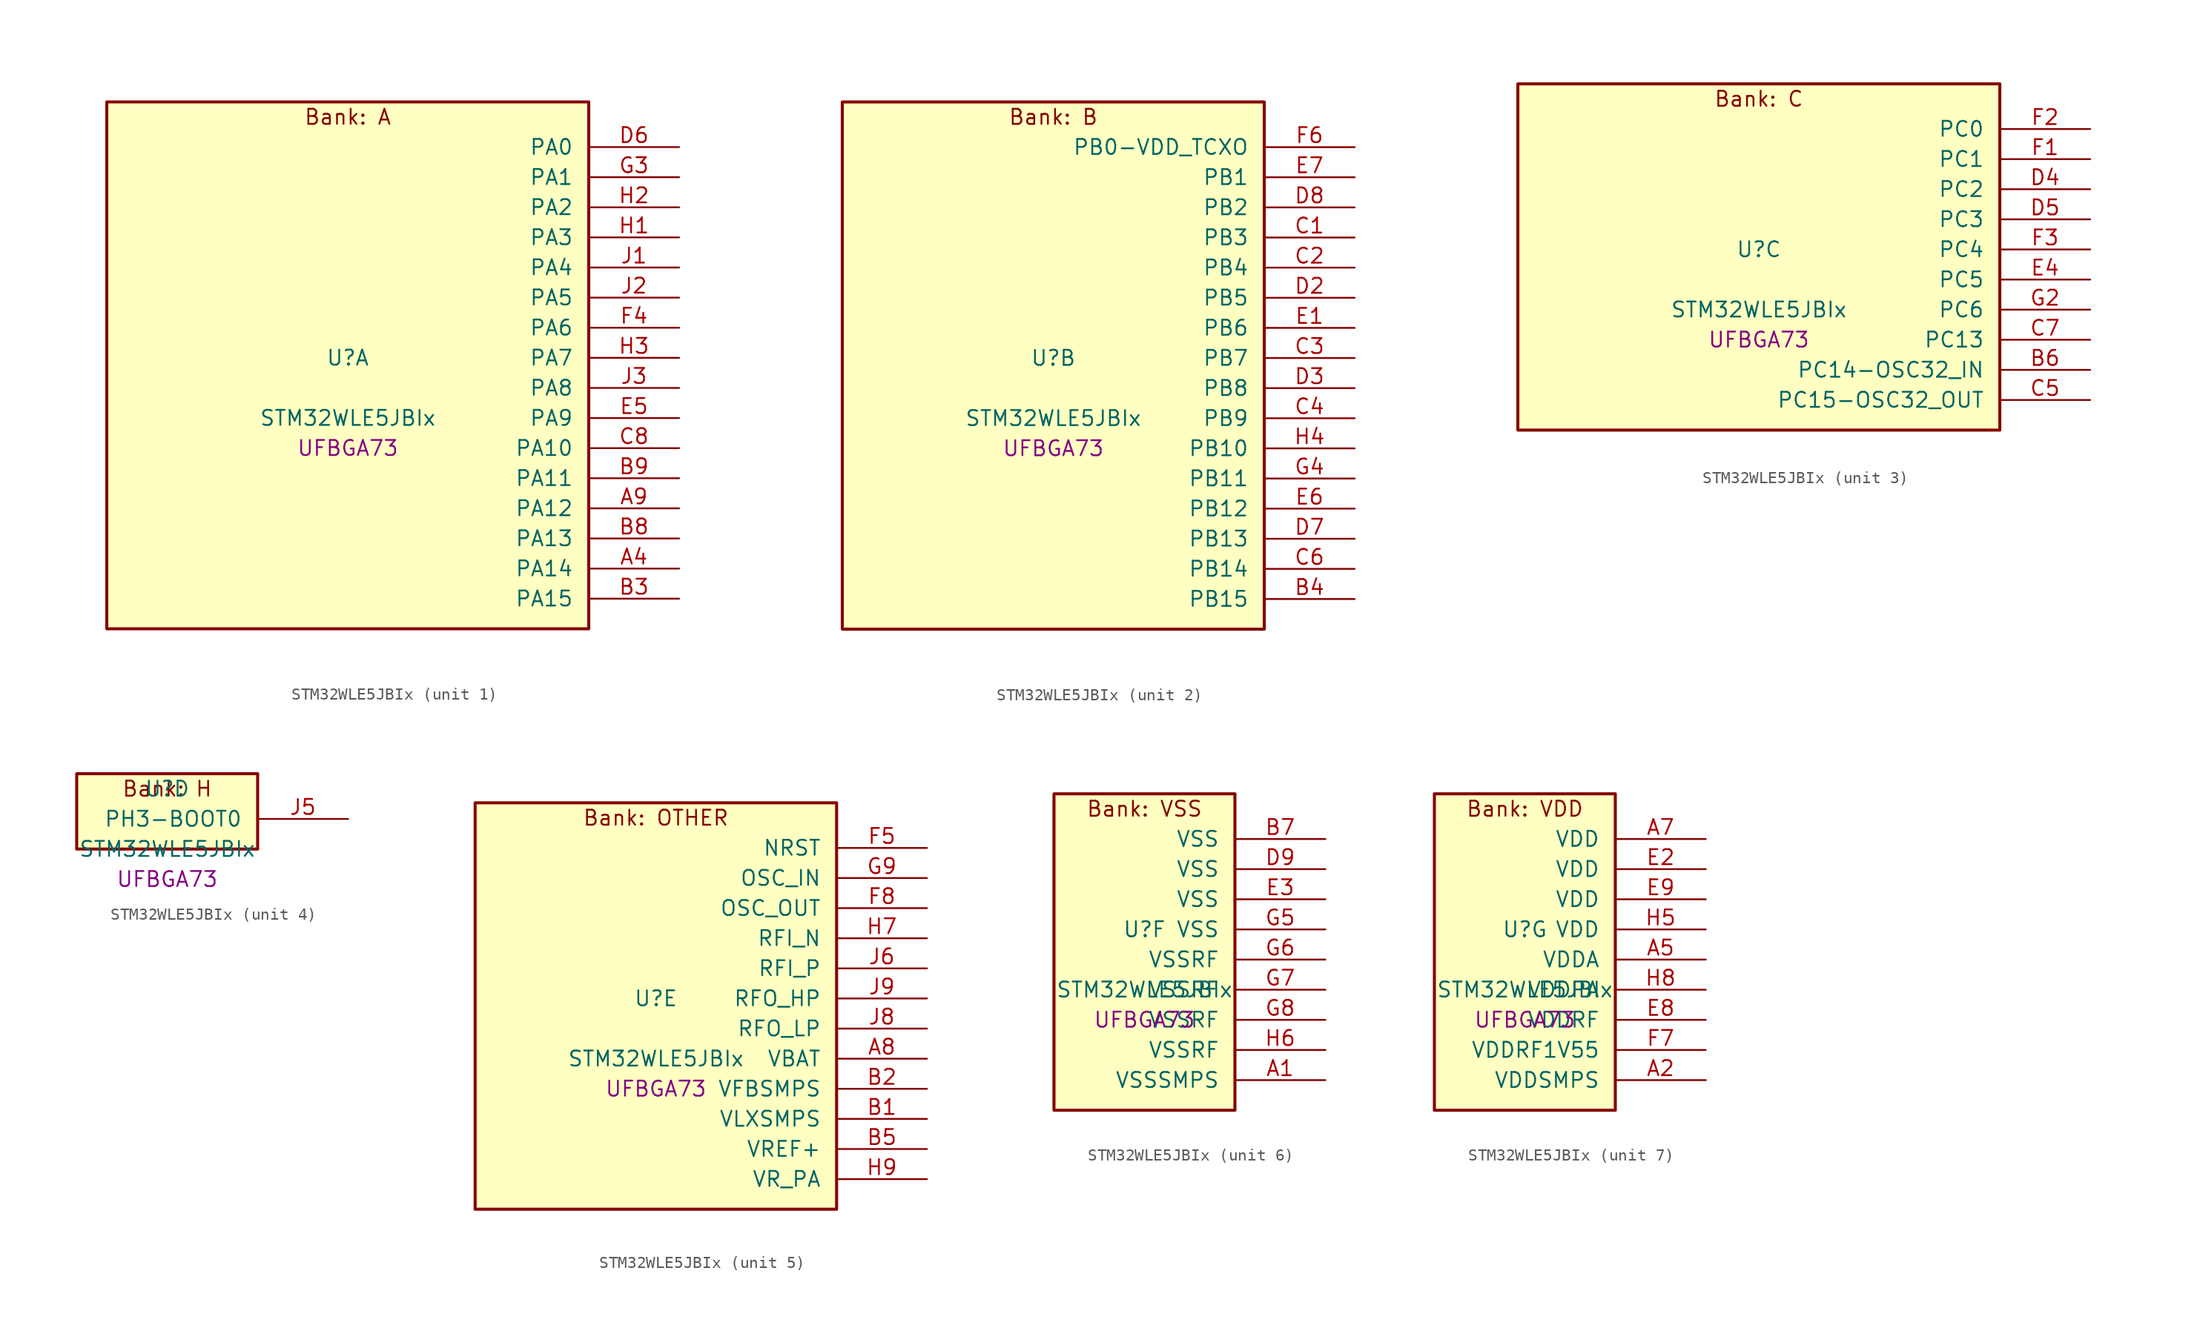
<source format=kicad_sym>
(kicad_symbol_lib
  (version 20241209)
  (generator "stm32_pkl_generator")
  (generator_version "1.0")
  (symbol "STM32WLE5JBIx"
    (pin_names
      (offset 1.27))
    (property "Reference" "U"
      (at 0 2.54 0))
    (property "Value" "STM32WLE5JBIx"
      (at 0 -2.54 0))
    (property "Footprint" "UFBGA73"
      (at 0 -5.08 0))
    (symbol "STM32WLE5JBIx_1_1"
      (rectangle (start -20.32 24.13) (end 20.32 -20.32) (stroke (width 0.254) (type solid)) (fill (type background)))
      (text "Bank: A" (at 0 22.86 0))
      (pin bidirectional line (at 27.94 20.32 180) (length 7.62) (name "PA0") (number "D6") (alternate "PA0/COMP1_OUT" bidirectional line) (alternate "PA0/DEBUG_PWR-REGLP1S" bidirectional line) (alternate "PA0/I2C3_SMBA" bidirectional line) (alternate "PA0/I2S_CKIN" bidirectional line) (alternate "PA0/PWR_WKUP1" bidirectional line) (alternate "PA0/RTC_TAMP_IN2" bidirectional line) (alternate "PA0/TIM2_CH1" bidirectional line) (alternate "PA0/TIM2_ETR" bidirectional line) (alternate "PA0/USART2_CTS" bidirectional line) (alternate "PA0/USART2_NSS" bidirectional line))
      (pin bidirectional line (at 27.94 17.78 180) (length 7.62) (name "PA1") (number "G3") (alternate "PA1/DEBUG_PWR-REGLP2S" bidirectional line) (alternate "PA1/I2C1_SMBA" bidirectional line) (alternate "PA1/LPTIM3_OUT" bidirectional line) (alternate "PA1/LPUART1_RTS" bidirectional line) (alternate "PA1/SPI1_SCK" bidirectional line) (alternate "PA1/TIM2_CH2" bidirectional line) (alternate "PA1/USART2_DE" bidirectional line) (alternate "PA1/USART2_RTS" bidirectional line))
      (pin bidirectional line (at 27.94 15.24 180) (length 7.62) (name "PA2") (number "H2") (alternate "PA2/COMP2_OUT" bidirectional line) (alternate "PA2/DEBUG_PWR-LDORDY" bidirectional line) (alternate "PA2/LPUART1_TX" bidirectional line) (alternate "PA2/RCC_LSCO" bidirectional line) (alternate "PA2/TIM2_CH3" bidirectional line) (alternate "PA2/USART2_TX" bidirectional line))
      (pin bidirectional line (at 27.94 12.7 180) (length 7.62) (name "PA3") (number "H1") (alternate "PA3/I2S2_MCK" bidirectional line) (alternate "PA3/LPUART1_RX" bidirectional line) (alternate "PA3/TIM2_CH4" bidirectional line) (alternate "PA3/USART2_RX" bidirectional line))
      (pin bidirectional line (at 27.94 10.16 180) (length 7.62) (name "PA4") (number "J1") (alternate "PA4/DEBUG_SUBGHZSPI-NSSOUT" bidirectional line) (alternate "PA4/LPTIM1_OUT" bidirectional line) (alternate "PA4/LPTIM2_OUT" bidirectional line) (alternate "PA4/RTC_OUT2" bidirectional line) (alternate "PA4/SPI1_NSS" bidirectional line) (alternate "PA4/USART2_CK" bidirectional line))
      (pin bidirectional line (at 27.94 7.62 180) (length 7.62) (name "PA5") (number "J2") (alternate "PA5/DEBUG_SUBGHZSPI-SCKOUT" bidirectional line) (alternate "PA5/LPTIM2_ETR" bidirectional line) (alternate "PA5/SPI1_SCK" bidirectional line) (alternate "PA5/SPI2_MISO" bidirectional line) (alternate "PA5/TIM2_CH1" bidirectional line) (alternate "PA5/TIM2_ETR" bidirectional line))
      (pin bidirectional line (at 27.94 5.08 180) (length 7.62) (name "PA6") (number "F4") (alternate "PA6/DEBUG_SUBGHZSPI-MISOOUT" bidirectional line) (alternate "PA6/I2C2_SMBA" bidirectional line) (alternate "PA6/LPUART1_CTS" bidirectional line) (alternate "PA6/SPI1_MISO" bidirectional line) (alternate "PA6/TIM16_CH1" bidirectional line) (alternate "PA6/TIM1_BKIN" bidirectional line))
      (pin bidirectional line (at 27.94 2.54 180) (length 7.62) (name "PA7") (number "H3") (alternate "PA7/COMP2_OUT" bidirectional line) (alternate "PA7/DEBUG_SUBGHZSPI-MOSIOUT" bidirectional line) (alternate "PA7/I2C3_SCL" bidirectional line) (alternate "PA7/SPI1_MOSI" bidirectional line) (alternate "PA7/TIM17_CH1" bidirectional line) (alternate "PA7/TIM1_CH1N" bidirectional line))
      (pin bidirectional line (at 27.94 0 180) (length 7.62) (name "PA8") (number "J3") (alternate "PA8/I2S2_CK" bidirectional line) (alternate "PA8/LPTIM2_OUT" bidirectional line) (alternate "PA8/RCC_MCO" bidirectional line) (alternate "PA8/SPI2_SCK" bidirectional line) (alternate "PA8/TIM1_CH1" bidirectional line) (alternate "PA8/USART1_CK" bidirectional line))
      (pin bidirectional line (at 27.94 -2.54 180) (length 7.62) (name "PA9") (number "E5") (alternate "PA9/DAC_EXTI9" bidirectional line) (alternate "PA9/I2C1_SCL" bidirectional line) (alternate "PA9/I2S2_CK" bidirectional line) (alternate "PA9/I2S2_WS" bidirectional line) (alternate "PA9/SPI2_NSS" bidirectional line) (alternate "PA9/SPI2_SCK" bidirectional line) (alternate "PA9/TIM1_CH2" bidirectional line) (alternate "PA9/USART1_TX" bidirectional line))
      (pin bidirectional line (at 27.94 -5.08 180) (length 7.62) (name "PA10") (number "C8") (alternate "PA10/ADC_IN6" bidirectional line) (alternate "PA10/COMP1_INM" bidirectional line) (alternate "PA10/COMP2_INM" bidirectional line) (alternate "PA10/DAC_OUT1" bidirectional line) (alternate "PA10/DEBUG_RF-HSE32RDY" bidirectional line) (alternate "PA10/I2C1_SDA" bidirectional line) (alternate "PA10/I2S2_SD" bidirectional line) (alternate "PA10/RTC_REFIN" bidirectional line) (alternate "PA10/SPI2_MOSI" bidirectional line) (alternate "PA10/TIM17_BKIN" bidirectional line) (alternate "PA10/TIM1_CH3" bidirectional line) (alternate "PA10/USART1_RX" bidirectional line))
      (pin bidirectional line (at 27.94 -7.62 180) (length 7.62) (name "PA11") (number "B9") (alternate "PA11/ADC_EXTI11" bidirectional line) (alternate "PA11/ADC_IN7" bidirectional line) (alternate "PA11/COMP1_INM" bidirectional line) (alternate "PA11/COMP2_INM" bidirectional line) (alternate "PA11/DEBUG_RF-NRESET" bidirectional line) (alternate "PA11/I2C2_SDA" bidirectional line) (alternate "PA11/LPTIM3_ETR" bidirectional line) (alternate "PA11/SPI1_MISO" bidirectional line) (alternate "PA11/TIM1_BKIN2" bidirectional line) (alternate "PA11/TIM1_CH4" bidirectional line) (alternate "PA11/USART1_CTS" bidirectional line) (alternate "PA11/USART1_NSS" bidirectional line))
      (pin bidirectional line (at 27.94 -10.16 180) (length 7.62) (name "PA12") (number "A9") (alternate "PA12/ADC_IN8" bidirectional line) (alternate "PA12/DEBUG_RF-BUSY" bidirectional line) (alternate "PA12/I2C2_SCL" bidirectional line) (alternate "PA12/LPTIM3_IN1" bidirectional line) (alternate "PA12/SPI1_MOSI" bidirectional line) (alternate "PA12/TIM1_ETR" bidirectional line) (alternate "PA12/USART1_DE" bidirectional line) (alternate "PA12/USART1_RTS" bidirectional line))
      (pin bidirectional line (at 27.94 -12.7 180) (length 7.62) (name "PA13") (number "B8") (alternate "PA13/ADC_IN9" bidirectional line) (alternate "PA13/DEBUG_JTMS-SWDIO" bidirectional line) (alternate "PA13/I2C2_SMBA" bidirectional line) (alternate "PA13/IR_OUT" bidirectional line))
      (pin bidirectional line (at 27.94 -15.24 180) (length 7.62) (name "PA14") (number "A4") (alternate "PA14/ADC_IN10" bidirectional line) (alternate "PA14/DEBUG_JTCK-SWCLK" bidirectional line) (alternate "PA14/I2C1_SMBA" bidirectional line) (alternate "PA14/LPTIM1_OUT" bidirectional line))
      (pin bidirectional line (at 27.94 -17.78 180) (length 7.62) (name "PA15") (number "B3") (alternate "PA15/ADC_IN11" bidirectional line) (alternate "PA15/COMP1_INM" bidirectional line) (alternate "PA15/COMP2_INP" bidirectional line) (alternate "PA15/DEBUG_JTDI" bidirectional line) (alternate "PA15/I2C2_SDA" bidirectional line) (alternate "PA15/SPI1_NSS" bidirectional line) (alternate "PA15/TIM2_CH1" bidirectional line) (alternate "PA15/TIM2_ETR" bidirectional line)))
    (symbol "STM32WLE5JBIx_2_1"
      (rectangle (start -17.78 24.13) (end 17.78 -20.32) (stroke (width 0.254) (type solid)) (fill (type background)))
      (text "Bank: B" (at 0 22.86 0))
      (pin bidirectional line (at 25.4 20.32 180) (length 7.62) (name "PB0-VDD_TCXO") (number "F6") (alternate "PB0-VDD_TCXO/COMP1_OUT" bidirectional line) (alternate "PB0-VDD_TCXO/VDDTCXO" bidirectional line))
      (pin bidirectional line (at 25.4 17.78 180) (length 7.62) (name "PB1") (number "E7") (alternate "PB1/ADC_IN5" bidirectional line) (alternate "PB1/COMP2_INP" bidirectional line) (alternate "PB1/LPTIM2_IN1" bidirectional line) (alternate "PB1/LPUART1_DE" bidirectional line) (alternate "PB1/LPUART1_RTS" bidirectional line))
      (pin bidirectional line (at 25.4 15.24 180) (length 7.62) (name "PB2") (number "D8") (alternate "PB2/ADC_IN4" bidirectional line) (alternate "PB2/COMP1_INP" bidirectional line) (alternate "PB2/COMP2_INM" bidirectional line) (alternate "PB2/DEBUG_RF-SMPSRDY" bidirectional line) (alternate "PB2/I2C3_SMBA" bidirectional line) (alternate "PB2/LPTIM1_OUT" bidirectional line) (alternate "PB2/SPI1_NSS" bidirectional line))
      (pin bidirectional line (at 25.4 12.7 180) (length 7.62) (name "PB3") (number "C1") (alternate "PB3/ADC_IN2" bidirectional line) (alternate "PB3/COMP1_INM" bidirectional line) (alternate "PB3/COMP2_INM" bidirectional line) (alternate "PB3/DEBUG_JTDO-SWO" bidirectional line) (alternate "PB3/DEBUG_RF-DTB1" bidirectional line) (alternate "PB3/PWR_WKUP3" bidirectional line) (alternate "PB3/RTC_TAMP_IN3" bidirectional line) (alternate "PB3/SPI1_SCK" bidirectional line) (alternate "PB3/TIM2_CH2" bidirectional line) (alternate "PB3/USART1_DE" bidirectional line) (alternate "PB3/USART1_RTS" bidirectional line))
      (pin bidirectional line (at 25.4 10.16 180) (length 7.62) (name "PB4") (number "C2") (alternate "PB4/ADC_IN3" bidirectional line) (alternate "PB4/COMP1_INP" bidirectional line) (alternate "PB4/COMP2_INP" bidirectional line) (alternate "PB4/DEBUG_JTRST" bidirectional line) (alternate "PB4/DEBUG_RF-LDORDY" bidirectional line) (alternate "PB4/I2C3_SDA" bidirectional line) (alternate "PB4/SPI1_MISO" bidirectional line) (alternate "PB4/TIM17_BKIN" bidirectional line) (alternate "PB4/USART1_CTS" bidirectional line) (alternate "PB4/USART1_NSS" bidirectional line))
      (pin bidirectional line (at 25.4 7.62 180) (length 7.62) (name "PB5") (number "D2") (alternate "PB5/COMP2_OUT" bidirectional line) (alternate "PB5/I2C1_SMBA" bidirectional line) (alternate "PB5/LPTIM1_IN1" bidirectional line) (alternate "PB5/SPI1_MOSI" bidirectional line) (alternate "PB5/TIM16_BKIN" bidirectional line) (alternate "PB5/USART1_CK" bidirectional line))
      (pin bidirectional line (at 25.4 5.08 180) (length 7.62) (name "PB6") (number "E1") (alternate "PB6/I2C1_SCL" bidirectional line) (alternate "PB6/LPTIM1_ETR" bidirectional line) (alternate "PB6/TIM16_CH1N" bidirectional line) (alternate "PB6/USART1_TX" bidirectional line))
      (pin bidirectional line (at 25.4 2.54 180) (length 7.62) (name "PB7") (number "C3") (alternate "PB7/I2C1_SDA" bidirectional line) (alternate "PB7/LPTIM1_IN2" bidirectional line) (alternate "PB7/PWR_PVD_IN" bidirectional line) (alternate "PB7/TIM17_CH1N" bidirectional line) (alternate "PB7/TIM1_BKIN" bidirectional line) (alternate "PB7/USART1_RX" bidirectional line))
      (pin bidirectional line (at 25.4 0 180) (length 7.62) (name "PB8") (number "D3") (alternate "PB8/I2C1_SCL" bidirectional line) (alternate "PB8/TIM16_CH1" bidirectional line) (alternate "PB8/TIM1_CH2N" bidirectional line))
      (pin bidirectional line (at 25.4 -2.54 180) (length 7.62) (name "PB9") (number "C4") (alternate "PB9/DAC_EXTI9" bidirectional line) (alternate "PB9/I2C1_SDA" bidirectional line) (alternate "PB9/I2S2_WS" bidirectional line) (alternate "PB9/IR_OUT" bidirectional line) (alternate "PB9/SPI2_NSS" bidirectional line) (alternate "PB9/TIM17_CH1" bidirectional line) (alternate "PB9/TIM1_CH3N" bidirectional line))
      (pin bidirectional line (at 25.4 -5.08 180) (length 7.62) (name "PB10") (number "H4") (alternate "PB10/COMP1_OUT" bidirectional line) (alternate "PB10/I2C3_SCL" bidirectional line) (alternate "PB10/I2S2_CK" bidirectional line) (alternate "PB10/LPUART1_RX" bidirectional line) (alternate "PB10/SPI2_SCK" bidirectional line) (alternate "PB10/TIM2_CH3" bidirectional line))
      (pin bidirectional line (at 25.4 -7.62 180) (length 7.62) (name "PB11") (number "G4") (alternate "PB11/ADC_EXTI11" bidirectional line) (alternate "PB11/COMP2_OUT" bidirectional line) (alternate "PB11/I2C3_SDA" bidirectional line) (alternate "PB11/LPUART1_TX" bidirectional line) (alternate "PB11/TIM2_CH4" bidirectional line))
      (pin bidirectional line (at 25.4 -10.16 180) (length 7.62) (name "PB12") (number "E6") (alternate "PB12/I2C3_SMBA" bidirectional line) (alternate "PB12/I2S2_WS" bidirectional line) (alternate "PB12/LPUART1_RTS" bidirectional line) (alternate "PB12/SPI2_NSS" bidirectional line) (alternate "PB12/TIM1_BKIN" bidirectional line))
      (pin bidirectional line (at 25.4 -12.7 180) (length 7.62) (name "PB13") (number "D7") (alternate "PB13/ADC_IN0" bidirectional line) (alternate "PB13/I2C3_SCL" bidirectional line) (alternate "PB13/I2S2_CK" bidirectional line) (alternate "PB13/LPUART1_CTS" bidirectional line) (alternate "PB13/SPI2_SCK" bidirectional line) (alternate "PB13/TIM1_CH1N" bidirectional line))
      (pin bidirectional line (at 25.4 -15.24 180) (length 7.62) (name "PB14") (number "C6") (alternate "PB14/ADC_IN1" bidirectional line) (alternate "PB14/I2C3_SDA" bidirectional line) (alternate "PB14/I2S2_MCK" bidirectional line) (alternate "PB14/SPI2_MISO" bidirectional line) (alternate "PB14/TIM1_CH2N" bidirectional line))
      (pin bidirectional line (at 25.4 -17.78 180) (length 7.62) (name "PB15") (number "B4") (alternate "PB15/I2C2_SCL" bidirectional line) (alternate "PB15/I2S2_SD" bidirectional line) (alternate "PB15/SPI2_MOSI" bidirectional line) (alternate "PB15/TIM1_CH3N" bidirectional line)))
    (symbol "STM32WLE5JBIx_3_1"
      (rectangle (start -20.32 16.51) (end 20.32 -12.7) (stroke (width 0.254) (type solid)) (fill (type background)))
      (text "Bank: C" (at 0 15.24 0))
      (pin bidirectional line (at 27.94 12.7 180) (length 7.62) (name "PC0") (number "F2") (alternate "PC0/I2C3_SCL" bidirectional line) (alternate "PC0/LPTIM1_IN1" bidirectional line) (alternate "PC0/LPTIM2_IN1" bidirectional line) (alternate "PC0/LPUART1_RX" bidirectional line))
      (pin bidirectional line (at 27.94 10.16 180) (length 7.62) (name "PC1") (number "F1") (alternate "PC1/I2C3_SDA" bidirectional line) (alternate "PC1/I2S2_SD" bidirectional line) (alternate "PC1/LPTIM1_OUT" bidirectional line) (alternate "PC1/LPUART1_TX" bidirectional line) (alternate "PC1/SPI2_MOSI" bidirectional line))
      (pin bidirectional line (at 27.94 7.62 180) (length 7.62) (name "PC2") (number "D4") (alternate "PC2/LPTIM1_IN2" bidirectional line) (alternate "PC2/SPI2_MISO" bidirectional line))
      (pin bidirectional line (at 27.94 5.08 180) (length 7.62) (name "PC3") (number "D5") (alternate "PC3/I2S2_SD" bidirectional line) (alternate "PC3/LPTIM1_ETR" bidirectional line) (alternate "PC3/LPTIM2_ETR" bidirectional line) (alternate "PC3/SPI2_MOSI" bidirectional line))
      (pin bidirectional line (at 27.94 2.54 180) (length 7.62) (name "PC4") (number "F3"))
      (pin bidirectional line (at 27.94 0 180) (length 7.62) (name "PC5") (number "E4"))
      (pin bidirectional line (at 27.94 -2.54 180) (length 7.62) (name "PC6") (number "G2") (alternate "PC6/I2S2_MCK" bidirectional line))
      (pin bidirectional line (at 27.94 -5.08 180) (length 7.62) (name "PC13") (number "C7") (alternate "PC13/PWR_WKUP2" bidirectional line) (alternate "PC13/RTC_OUT1" bidirectional line) (alternate "PC13/RTC_TAMP_IN1" bidirectional line) (alternate "PC13/RTC_TS" bidirectional line))
      (pin bidirectional line (at 27.94 -7.62 180) (length 7.62) (name "PC14-OSC32_IN") (number "B6") (alternate "PC14-OSC32_IN/RCC_OSC32_IN" bidirectional line))
      (pin bidirectional line (at 27.94 -10.16 180) (length 7.62) (name "PC15-OSC32_OUT") (number "C5") (alternate "PC15-OSC32_OUT/RCC_OSC32_OUT" bidirectional line)))
    (symbol "STM32WLE5JBIx_4_1"
      (rectangle (start -7.62 3.81) (end 7.62 -2.54) (stroke (width 0.254) (type solid)) (fill (type background)))
      (text "Bank: H" (at 0 2.54 0))
      (pin bidirectional line (at 15.24 0 180) (length 7.62) (name "PH3-BOOT0") (number "J5")))
    (symbol "STM32WLE5JBIx_5_1"
      (rectangle (start -15.24 19.05) (end 15.24 -15.24) (stroke (width 0.254) (type solid)) (fill (type background)))
      (text "Bank: OTHER" (at 0 17.78 0))
      (pin input line (at 22.86 15.24 180) (length 7.62) (name "NRST") (number "F5"))
      (pin bidirectional line (at 22.86 12.7 180) (length 7.62) (name "OSC_IN") (number "G9") (alternate "OSC_IN/RCC_OSC_IN" bidirectional line))
      (pin bidirectional line (at 22.86 10.16 180) (length 7.62) (name "OSC_OUT") (number "F8") (alternate "OSC_OUT/RCC_OSC_OUT" bidirectional line))
      (pin bidirectional line (at 22.86 7.62 180) (length 7.62) (name "RFI_N") (number "H7"))
      (pin bidirectional line (at 22.86 5.08 180) (length 7.62) (name "RFI_P") (number "J6"))
      (pin bidirectional line (at 22.86 2.54 180) (length 7.62) (name "RFO_HP") (number "J9"))
      (pin bidirectional line (at 22.86 0 180) (length 7.62) (name "RFO_LP") (number "J8"))
      (pin power_in line (at 22.86 -2.54 180) (length 7.62) (name "VBAT") (number "A8"))
      (pin power_in line (at 22.86 -5.08 180) (length 7.62) (name "VFBSMPS") (number "B2"))
      (pin power_in line (at 22.86 -7.62 180) (length 7.62) (name "VLXSMPS") (number "B1"))
      (pin bidirectional line (at 22.86 -10.16 180) (length 7.62) (name "VREF+") (number "B5") (alternate "VREF+/VREFBUF_OUT" bidirectional line))
      (pin power_in line (at 22.86 -12.7 180) (length 7.62) (name "VR_PA") (number "H9")))
    (symbol "STM32WLE5JBIx_6_1"
      (rectangle (start -7.62 13.97) (end 7.62 -12.7) (stroke (width 0.254) (type solid)) (fill (type background)))
      (text "Bank: VSS" (at 0 12.7 0))
      (pin power_in line (at 15.24 10.16 180) (length 7.62) (name "VSS") (number "B7"))
      (pin power_in line (at 15.24 7.62 180) (length 7.62) (name "VSS") (number "D9"))
      (pin power_in line (at 15.24 5.08 180) (length 7.62) (name "VSS") (number "E3"))
      (pin power_in line (at 15.24 2.54 180) (length 7.62) (name "VSS") (number "G5"))
      (pin power_in line (at 15.24 0 180) (length 7.62) (name "VSSRF") (number "G6"))
      (pin power_in line (at 15.24 -2.54 180) (length 7.62) (name "VSSRF") (number "G7"))
      (pin power_in line (at 15.24 -5.08 180) (length 7.62) (name "VSSRF") (number "G8"))
      (pin power_in line (at 15.24 -7.62 180) (length 7.62) (name "VSSRF") (number "H6"))
      (pin power_in line (at 15.24 -10.16 180) (length 7.62) (name "VSSSMPS") (number "A1")))
    (symbol "STM32WLE5JBIx_7_1"
      (rectangle (start -7.62 13.97) (end 7.62 -12.7) (stroke (width 0.254) (type solid)) (fill (type background)))
      (text "Bank: VDD" (at 0 12.7 0))
      (pin power_in line (at 15.24 10.16 180) (length 7.62) (name "VDD") (number "A7"))
      (pin power_in line (at 15.24 7.62 180) (length 7.62) (name "VDD") (number "E2"))
      (pin power_in line (at 15.24 5.08 180) (length 7.62) (name "VDD") (number "E9"))
      (pin power_in line (at 15.24 2.54 180) (length 7.62) (name "VDD") (number "H5"))
      (pin power_in line (at 15.24 0 180) (length 7.62) (name "VDDA") (number "A5"))
      (pin power_in line (at 15.24 -2.54 180) (length 7.62) (name "VDDPA") (number "H8"))
      (pin power_in line (at 15.24 -5.08 180) (length 7.62) (name "VDDRF") (number "E8"))
      (pin power_in line (at 15.24 -7.62 180) (length 7.62) (name "VDDRF1V55") (number "F7"))
      (pin power_in line (at 15.24 -10.16 180) (length 7.62) (name "VDDSMPS") (number "A2")))))
</source>
